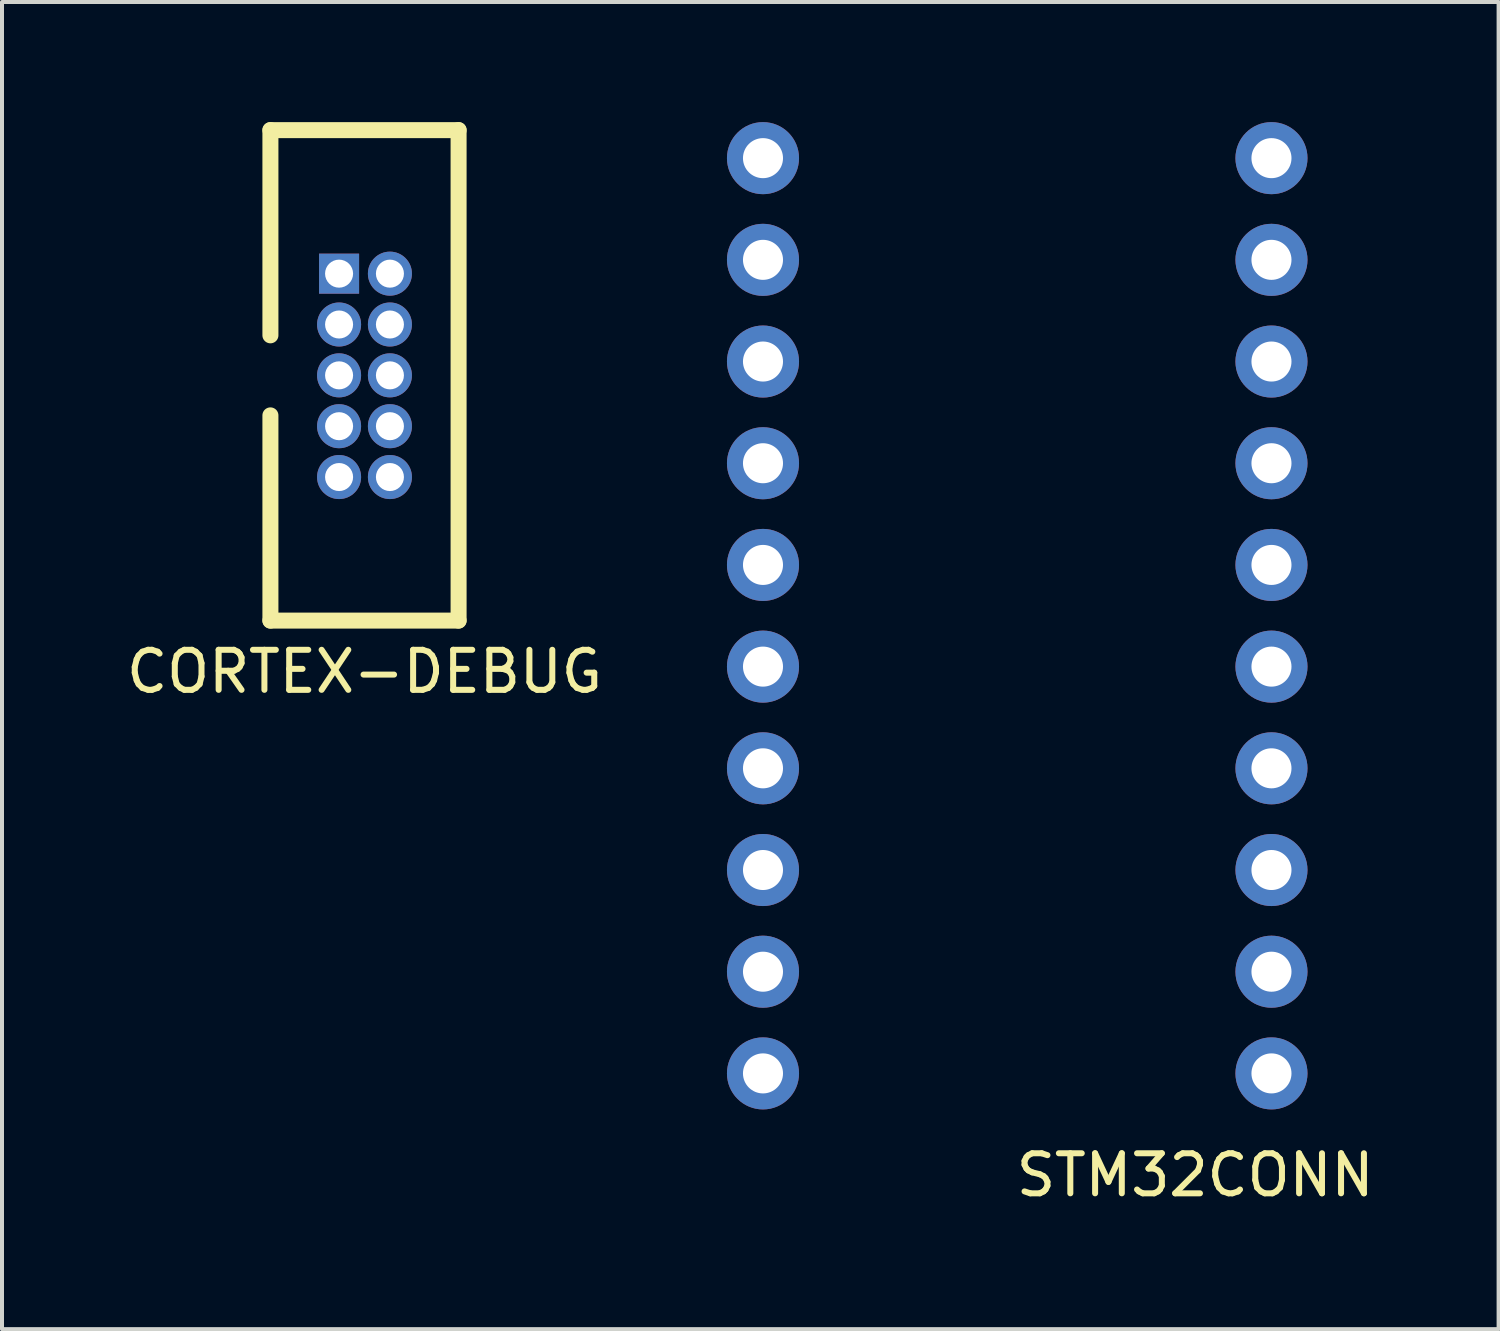
<source format=kicad_pcb>
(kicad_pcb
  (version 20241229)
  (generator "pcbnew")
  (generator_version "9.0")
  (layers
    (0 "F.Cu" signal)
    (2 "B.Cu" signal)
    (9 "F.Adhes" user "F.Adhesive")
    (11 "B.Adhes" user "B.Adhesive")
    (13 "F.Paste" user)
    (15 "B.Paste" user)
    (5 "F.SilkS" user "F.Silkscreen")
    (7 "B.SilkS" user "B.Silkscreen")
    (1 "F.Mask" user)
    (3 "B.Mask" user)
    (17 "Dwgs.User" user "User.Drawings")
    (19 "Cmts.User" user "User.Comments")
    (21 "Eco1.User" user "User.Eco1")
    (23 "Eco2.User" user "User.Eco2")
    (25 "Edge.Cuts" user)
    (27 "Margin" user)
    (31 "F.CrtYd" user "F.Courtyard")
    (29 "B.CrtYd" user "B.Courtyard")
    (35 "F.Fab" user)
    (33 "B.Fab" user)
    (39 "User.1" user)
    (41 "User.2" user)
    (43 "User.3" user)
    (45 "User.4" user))
  (footprint "STM32CONN"
    (layer "F.Cu")
    (at 22.357 12.33)
    (property "Reference" "STM32CONN" (at 4.445 13.97 0) (layer "F.SilkS") (effects (font (size 1 1) (thickness 0.15))))
    (attr through_hole)
    (pad "1" thru_hole circle (at -6.35 -11.43) (size 1.8 1.8) (drill 1) (layers "*.Cu" "*.Mask"))
    (pad "2" thru_hole circle (at -6.35 -8.89) (size 1.8 1.8) (drill 1) (layers "*.Cu" "*.Mask"))
    (pad "3" thru_hole circle (at -6.35 -6.35) (size 1.8 1.8) (drill 1) (layers "*.Cu" "*.Mask"))
    (pad "4" thru_hole circle (at -6.35 -3.81) (size 1.8 1.8) (drill 1) (layers "*.Cu" "*.Mask"))
    (pad "5" thru_hole circle (at -6.35 -1.27) (size 1.8 1.8) (drill 1) (layers "*.Cu" "*.Mask"))
    (pad "6" thru_hole circle (at -6.35 1.27) (size 1.8 1.8) (drill 1) (layers "*.Cu" "*.Mask"))
    (pad "7" thru_hole circle (at -6.35 3.81) (size 1.8 1.8) (drill 1) (layers "*.Cu" "*.Mask"))
    (pad "8" thru_hole circle (at -6.35 6.35) (size 1.8 1.8) (drill 1) (layers "*.Cu" "*.Mask"))
    (pad "9" thru_hole circle (at -6.35 8.89) (size 1.8 1.8) (drill 1) (layers "*.Cu" "*.Mask"))
    (pad "10" thru_hole circle (at -6.35 11.43) (size 1.8 1.8) (drill 1) (layers "*.Cu" "*.Mask"))
    (pad "11" thru_hole circle (at 6.35 11.43) (size 1.8 1.8) (drill 1) (layers "*.Cu" "*.Mask"))
    (pad "12" thru_hole circle (at 6.35 8.89) (size 1.8 1.8) (drill 1) (layers "*.Cu" "*.Mask"))
    (pad "13" thru_hole circle (at 6.35 6.35) (size 1.8 1.8) (drill 1) (layers "*.Cu" "*.Mask"))
    (pad "14" thru_hole circle (at 6.35 3.81) (size 1.8 1.8) (drill 1) (layers "*.Cu" "*.Mask"))
    (pad "15" thru_hole circle (at 6.35 1.27) (size 1.8 1.8) (drill 1) (layers "*.Cu" "*.Mask"))
    (pad "16" thru_hole circle (at 6.35 -1.27) (size 1.8 1.8) (drill 1) (layers "*.Cu" "*.Mask"))
    (pad "17" thru_hole circle (at 6.35 -3.81) (size 1.8 1.8) (drill 1) (layers "*.Cu" "*.Mask"))
    (pad "18" thru_hole circle (at 6.35 -6.35) (size 1.8 1.8) (drill 1) (layers "*.Cu" "*.Mask"))
    (pad "19" thru_hole circle (at 6.35 -8.89) (size 1.8 1.8) (drill 1) (layers "*.Cu" "*.Mask"))
    (pad "20" thru_hole circle (at 6.35 -11.43) (size 1.8 1.8) (drill 1) (layers "*.Cu" "*.Mask")))
  (footprint "CORTEX-DEBUG"
    (layer "F.Cu")
    (at 6.054 6.325)
    (property "Reference" "CORTEX-DEBUG" (at 0 7.4 0) (layer "F.SilkS") (effects (font (size 1 1) (thickness 0.15))))
    (attr through_hole)
    (fp_line (start -2.35 -6.125) (end -2.35 -1) (stroke (width 0.4) (type solid)) (layer "F.SilkS"))
    (fp_line (start -2.35 -6.125) (end 2.35 -6.125) (stroke (width 0.4) (type solid)) (layer "F.SilkS"))
    (fp_line (start -2.35 1) (end -2.35 6.125) (stroke (width 0.4) (type solid)) (layer "F.SilkS"))
    (fp_line (start -2.35 6.125) (end 2.35 6.125) (stroke (width 0.4) (type solid)) (layer "F.SilkS"))
    (fp_line (start 2.35 -6.125) (end 2.35 6.125) (stroke (width 0.4) (type solid)) (layer "F.SilkS"))
    (pad "1" thru_hole rect (at -0.635 -2.54) (size 1 1) (drill 0.7) (layers "*.Cu" "*.Mask"))
    (pad "2" thru_hole circle (at 0.635 -2.54) (size 1.1 1.1) (drill 0.7) (layers "*.Cu" "*.Mask"))
    (pad "3" thru_hole circle (at -0.635 -1.27) (size 1.1 1.1) (drill 0.7) (layers "*.Cu" "*.Mask"))
    (pad "4" thru_hole circle (at 0.635 -1.27) (size 1.1 1.1) (drill 0.7) (layers "*.Cu" "*.Mask"))
    (pad "5" thru_hole circle (at -0.635 0) (size 1.1 1.1) (drill 0.7) (layers "*.Cu" "*.Mask"))
    (pad "6" thru_hole circle (at 0.635 0) (size 1.1 1.1) (drill 0.7) (layers "*.Cu" "*.Mask"))
    (pad "7" thru_hole circle (at -0.635 1.27) (size 1.1 1.1) (drill 0.7) (layers "*.Cu" "*.Mask"))
    (pad "8" thru_hole circle (at 0.635 1.27) (size 1.1 1.1) (drill 0.7) (layers "*.Cu" "*.Mask"))
    (pad "9" thru_hole circle (at -0.635 2.54) (size 1.1 1.1) (drill 0.7) (layers "*.Cu" "*.Mask"))
    (pad "10" thru_hole circle (at 0.635 2.54) (size 1.1 1.1) (drill 0.7) (layers "*.Cu" "*.Mask")))
  (gr_rect
    (start -3 -3)
    (end 34.38 30.148)
    (stroke (width 0.1) (type default))
    (fill no)
    (layer "Edge.Cuts")))
</source>
